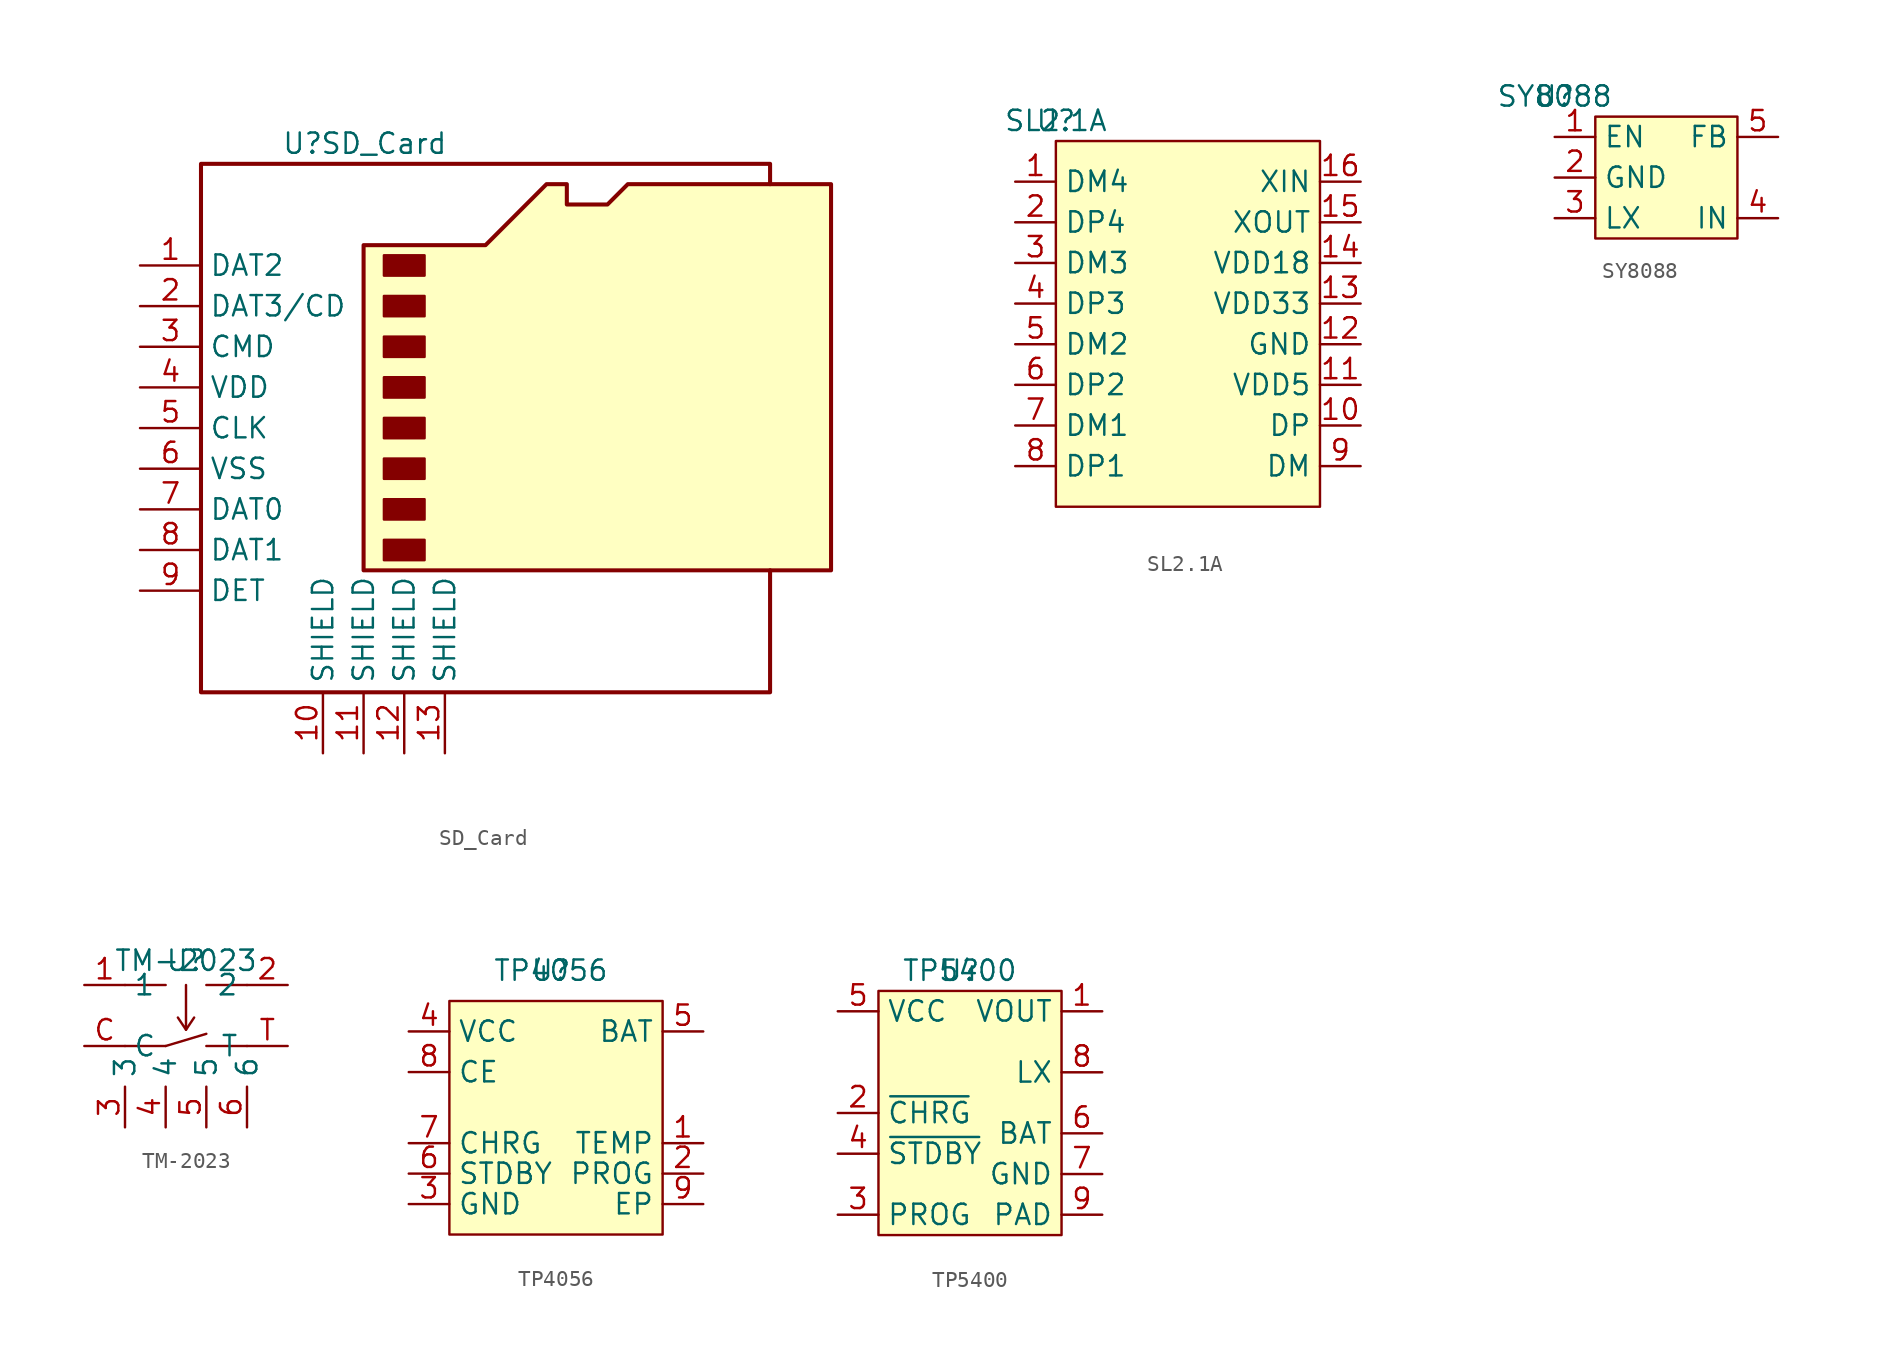
<source format=kicad_sym>
(kicad_symbol_lib
  (version 20211014)
  (generator kicad_symbol_editor)
  (symbol "SD_Card"
    (property "Reference" "U"
      (at 6.35 1.27 0)
      (effects (font (size 1.27 1.27))))
    (property "Value" "SD_Card"
      (at 11.43 1.27 0)
      (effects (font (size 1.27 1.27))))
    (symbol "SD_Card_0_1"
      (polyline (pts (xy 35.56 -1.27) (xy 35.56 0) (xy 0 0) (xy 0 -33.02) (xy 35.56 -33.02) (xy 35.56 -25.4)) (stroke (width 0.254) (type default) (color 0 0 0 0)) (fill (type none)))
      (polyline (pts (xy 10.16 -25.4) (xy 10.16 -5.08) (xy 17.78 -5.08) (xy 21.59 -1.27) (xy 22.86 -1.27) (xy 22.86 -2.54) (xy 25.4 -2.54) (xy 26.67 -1.27) (xy 39.37 -1.27) (xy 39.37 -25.4) (xy 10.16 -25.4)) (stroke (width 0.254) (type default) (color 0 0 0 0)) (fill (type background)))
      (rectangle (start 11.43 -23.495) (end 13.97 -24.765) (stroke (width 0) (type default) (color 0 0 0 0)) (fill (type outline)))
      (rectangle (start 11.43 -20.955) (end 13.97 -22.225) (stroke (width 0) (type default) (color 0 0 0 0)) (fill (type outline)))
      (rectangle (start 11.43 -18.415) (end 13.97 -19.685) (stroke (width 0) (type default) (color 0 0 0 0)) (fill (type outline)))
      (rectangle (start 11.43 -15.875) (end 13.97 -17.145) (stroke (width 0) (type default) (color 0 0 0 0)) (fill (type outline)))
      (rectangle (start 11.43 -13.335) (end 13.97 -14.605) (stroke (width 0) (type default) (color 0 0 0 0)) (fill (type outline)))
      (rectangle (start 11.43 -10.795) (end 13.97 -12.065) (stroke (width 0) (type default) (color 0 0 0 0)) (fill (type outline)))
      (rectangle (start 11.43 -8.255) (end 13.97 -9.525) (stroke (width 0) (type default) (color 0 0 0 0)) (fill (type outline)))
      (rectangle (start 11.43 -5.715) (end 13.97 -6.985) (stroke (width 0) (type default) (color 0 0 0 0)) (fill (type outline))))
    (symbol "SD_Card_1_1"
      (pin bidirectional line (at -3.81 -6.35 0) (length 3.81) (name "DAT2" (effects (font (size 1.27 1.27)))) (number "1" (effects (font (size 1.27 1.27)))))
      (pin passive line (at 7.62 -36.83 90) (length 3.81) (name "SHIELD" (effects (font (size 1.27 1.27)))) (number "10" (effects (font (size 1.27 1.27)))))
      (pin passive line (at 10.16 -36.83 90) (length 3.81) (name "SHIELD" (effects (font (size 1.27 1.27)))) (number "11" (effects (font (size 1.27 1.27)))))
      (pin passive line (at 12.7 -36.83 90) (length 3.81) (name "SHIELD" (effects (font (size 1.27 1.27)))) (number "12" (effects (font (size 1.27 1.27)))))
      (pin passive line (at 15.24 -36.83 90) (length 3.81) (name "SHIELD" (effects (font (size 1.27 1.27)))) (number "13" (effects (font (size 1.27 1.27)))))
      (pin bidirectional line (at -3.81 -8.89 0) (length 3.81) (name "DAT3/CD" (effects (font (size 1.27 1.27)))) (number "2" (effects (font (size 1.27 1.27)))))
      (pin input line (at -3.81 -11.43 0) (length 3.81) (name "CMD" (effects (font (size 1.27 1.27)))) (number "3" (effects (font (size 1.27 1.27)))))
      (pin power_in line (at -3.81 -13.97 0) (length 3.81) (name "VDD" (effects (font (size 1.27 1.27)))) (number "4" (effects (font (size 1.27 1.27)))))
      (pin input line (at -3.81 -16.51 0) (length 3.81) (name "CLK" (effects (font (size 1.27 1.27)))) (number "5" (effects (font (size 1.27 1.27)))))
      (pin power_in line (at -3.81 -19.05 0) (length 3.81) (name "VSS" (effects (font (size 1.27 1.27)))) (number "6" (effects (font (size 1.27 1.27)))))
      (pin bidirectional line (at -3.81 -21.59 0) (length 3.81) (name "DAT0" (effects (font (size 1.27 1.27)))) (number "7" (effects (font (size 1.27 1.27)))))
      (pin bidirectional line (at -3.81 -24.13 0) (length 3.81) (name "DAT1" (effects (font (size 1.27 1.27)))) (number "8" (effects (font (size 1.27 1.27)))))
      (pin passive line (at -3.81 -26.67 0) (length 3.81) (name "DET" (effects (font (size 1.27 1.27)))) (number "9" (effects (font (size 1.27 1.27)))))))
  (symbol "SL2.1A"
    (property "Reference" "U"
      (at 0 0 0)
      (effects (font (size 1.27 1.27))))
    (property "Value" "SL2.1A"
      (at 0 0 0)
      (effects (font (size 1.27 1.27))))
    (symbol "SL2.1A_0_1"
      (rectangle (start 0 -1.27) (end 16.51 -24.13) (stroke (width 0.152) (type default) (color 0 0 0 0)) (fill (type background))))
    (symbol "SL2.1A_1_1"
      (pin input line (at -2.54 -3.81 0) (length 2.54) (name "DM4" (effects (font (size 1.27 1.27)))) (number "1" (effects (font (size 1.27 1.27)))))
      (pin input line (at 19.05 -19.05 180) (length 2.54) (name "DP" (effects (font (size 1.27 1.27)))) (number "10" (effects (font (size 1.27 1.27)))))
      (pin input line (at 19.05 -16.51 180) (length 2.54) (name "VDD5" (effects (font (size 1.27 1.27)))) (number "11" (effects (font (size 1.27 1.27)))))
      (pin input line (at 19.05 -13.97 180) (length 2.54) (name "GND" (effects (font (size 1.27 1.27)))) (number "12" (effects (font (size 1.27 1.27)))))
      (pin input line (at 19.05 -11.43 180) (length 2.54) (name "VDD33" (effects (font (size 1.27 1.27)))) (number "13" (effects (font (size 1.27 1.27)))))
      (pin input line (at 19.05 -8.89 180) (length 2.54) (name "VDD18" (effects (font (size 1.27 1.27)))) (number "14" (effects (font (size 1.27 1.27)))))
      (pin input line (at 19.05 -6.35 180) (length 2.54) (name "XOUT" (effects (font (size 1.27 1.27)))) (number "15" (effects (font (size 1.27 1.27)))))
      (pin input line (at 19.05 -3.81 180) (length 2.54) (name "XIN" (effects (font (size 1.27 1.27)))) (number "16" (effects (font (size 1.27 1.27)))))
      (pin input line (at -2.54 -6.35 0) (length 2.54) (name "DP4" (effects (font (size 1.27 1.27)))) (number "2" (effects (font (size 1.27 1.27)))))
      (pin input line (at -2.54 -8.89 0) (length 2.54) (name "DM3" (effects (font (size 1.27 1.27)))) (number "3" (effects (font (size 1.27 1.27)))))
      (pin input line (at -2.54 -11.43 0) (length 2.54) (name "DP3" (effects (font (size 1.27 1.27)))) (number "4" (effects (font (size 1.27 1.27)))))
      (pin input line (at -2.54 -13.97 0) (length 2.54) (name "DM2" (effects (font (size 1.27 1.27)))) (number "5" (effects (font (size 1.27 1.27)))))
      (pin input line (at -2.54 -16.51 0) (length 2.54) (name "DP2" (effects (font (size 1.27 1.27)))) (number "6" (effects (font (size 1.27 1.27)))))
      (pin input line (at -2.54 -19.05 0) (length 2.54) (name "DM1" (effects (font (size 1.27 1.27)))) (number "7" (effects (font (size 1.27 1.27)))))
      (pin input line (at -2.54 -21.59 0) (length 2.54) (name "DP1" (effects (font (size 1.27 1.27)))) (number "8" (effects (font (size 1.27 1.27)))))
      (pin input line (at 19.05 -21.59 180) (length 2.54) (name "DM" (effects (font (size 1.27 1.27)))) (number "9" (effects (font (size 1.27 1.27)))))))
  (symbol "SY8088"
    (property "Reference" "U"
      (at 0 0 0)
      (effects (font (size 1.27 1.27))))
    (property "Value" "SY8088"
      (at 0 0 0)
      (effects (font (size 1.27 1.27))))
    (symbol "SY8088_0_1"
      (rectangle (start 2.54 -1.27) (end 11.43 -8.89) (stroke (width 0.152) (type default) (color 0 0 0 0)) (fill (type background))))
    (symbol "SY8088_1_0"
      (pin passive line (at 0 -2.54 0) (length 2.54) (name "EN" (effects (font (size 1.27 1.27)))) (number "1" (effects (font (size 1.27 1.27)))))
      (pin passive line (at 0 -5.08 0) (length 2.54) (name "GND" (effects (font (size 1.27 1.27)))) (number "2" (effects (font (size 1.27 1.27)))))
      (pin passive line (at 0 -7.62 0) (length 2.54) (name "LX" (effects (font (size 1.27 1.27)))) (number "3" (effects (font (size 1.27 1.27)))))
      (pin passive line (at 13.97 -7.62 180) (length 2.54) (name "IN" (effects (font (size 1.27 1.27)))) (number "4" (effects (font (size 1.27 1.27)))))
      (pin passive line (at 13.97 -2.54 180) (length 2.54) (name "FB" (effects (font (size 1.27 1.27)))) (number "5" (effects (font (size 1.27 1.27)))))))
  (symbol "TM-2023"
    (property "Reference" "U"
      (at 0 0 0)
      (effects (font (size 1.27 1.27))))
    (property "Value" "TM-2023"
      (at 0 0 0)
      (effects (font (size 1.27 1.27))))
    (symbol "TM-2023_0_1"
      (polyline (pts (xy -3.81 -5.334) (xy -1.27 -5.334)) (stroke (width 0.152) (type default) (color 0 0 0 0)) (fill (type none)))
      (polyline (pts (xy -3.81 -1.524) (xy -1.27 -1.524)) (stroke (width 0.152) (type default) (color 0 0 0 0)) (fill (type none)))
      (polyline (pts (xy -1.27 -5.334) (xy 1.27 -4.572)) (stroke (width 0.152) (type default) (color 0 0 0 0)) (fill (type none)))
      (polyline (pts (xy 0 -4.318) (xy 0.508 -3.556)) (stroke (width 0.152) (type default) (color 0 0 0 0)) (fill (type none)))
      (polyline (pts (xy 3.81 -5.334) (xy 1.27 -5.334)) (stroke (width 0.152) (type default) (color 0 0 0 0)) (fill (type none)))
      (polyline (pts (xy 3.81 -1.524) (xy 1.27 -1.524)) (stroke (width 0.152) (type default) (color 0 0 0 0)) (fill (type none)))
      (polyline (pts (xy 0 -1.524) (xy 0 -4.318) (xy -0.508 -3.556)) (stroke (width 0.152) (type default) (color 0 0 0 0)) (fill (type none))))
    (symbol "TM-2023_1_1"
      (pin free line (at -6.35 -1.524 0) (length 2.54) (name "1" (effects (font (size 1.27 1.27)))) (number "1" (effects (font (size 1.27 1.27)))))
      (pin free line (at 6.35 -1.524 180) (length 2.54) (name "2" (effects (font (size 1.27 1.27)))) (number "2" (effects (font (size 1.27 1.27)))))
      (pin free line (at -3.81 -10.414 90) (length 2.54) (name "3" (effects (font (size 1.27 1.27)))) (number "3" (effects (font (size 1.27 1.27)))))
      (pin free line (at -1.27 -10.414 90) (length 2.54) (name "4" (effects (font (size 1.27 1.27)))) (number "4" (effects (font (size 1.27 1.27)))))
      (pin free line (at 1.27 -10.414 90) (length 2.54) (name "5" (effects (font (size 1.27 1.27)))) (number "5" (effects (font (size 1.27 1.27)))))
      (pin free line (at 3.81 -10.414 90) (length 2.54) (name "6" (effects (font (size 1.27 1.27)))) (number "6" (effects (font (size 1.27 1.27)))))
      (pin free line (at -6.35 -5.334 0) (length 2.54) (name "C" (effects (font (size 1.27 1.27)))) (number "C" (effects (font (size 1.27 1.27)))))
      (pin free line (at 6.35 -5.334 180) (length 2.54) (name "T" (effects (font (size 1.27 1.27)))) (number "T" (effects (font (size 1.27 1.27)))))))
  (symbol "TP4056"
    (property "Reference" "U"
      (at 0 0 0)
      (effects (font (size 1.27 1.27))))
    (property "Value" "TP4056"
      (at 0 0 0)
      (effects (font (size 1.27 1.27))))
    (symbol "TP4056_0_1"
      (rectangle (start -6.35 -1.905) (end 6.985 -16.51) (stroke (width 0.152) (type default) (color 0 0 0 0)) (fill (type background))))
    (symbol "TP4056_1_1"
      (pin input line (at 9.525 -10.795 180) (length 2.54) (name "TEMP" (effects (font (size 1.27 1.27)))) (number "1" (effects (font (size 1.27 1.27)))))
      (pin input line (at 9.525 -12.7 180) (length 2.54) (name "PROG" (effects (font (size 1.27 1.27)))) (number "2" (effects (font (size 1.27 1.27)))))
      (pin input line (at -8.89 -14.605 0) (length 2.54) (name "GND" (effects (font (size 1.27 1.27)))) (number "3" (effects (font (size 1.27 1.27)))))
      (pin input line (at -8.89 -3.81 0) (length 2.54) (name "VCC" (effects (font (size 1.27 1.27)))) (number "4" (effects (font (size 1.27 1.27)))))
      (pin input line (at 9.525 -3.81 180) (length 2.54) (name "BAT" (effects (font (size 1.27 1.27)))) (number "5" (effects (font (size 1.27 1.27)))))
      (pin input line (at -8.89 -12.7 0) (length 2.54) (name "STDBY" (effects (font (size 1.27 1.27)))) (number "6" (effects (font (size 1.27 1.27)))))
      (pin input line (at -8.89 -10.795 0) (length 2.54) (name "CHRG" (effects (font (size 1.27 1.27)))) (number "7" (effects (font (size 1.27 1.27)))))
      (pin input line (at -8.89 -6.35 0) (length 2.54) (name "CE" (effects (font (size 1.27 1.27)))) (number "8" (effects (font (size 1.27 1.27)))))
      (pin input line (at 9.525 -14.605 180) (length 2.54) (name "EP" (effects (font (size 1.27 1.27)))) (number "9" (effects (font (size 1.27 1.27)))))))
  (symbol "TP5400"
    (property "Reference" "U"
      (at 0 0 0)
      (effects (font (size 1.27 1.27))))
    (property "Value" "TP5400"
      (at 0 0 0)
      (effects (font (size 1.27 1.27))))
    (symbol "TP5400_0_1"
      (rectangle (start -5.08 -1.27) (end 6.35 -16.51) (stroke (width 0.152) (type default) (color 0 0 0 0)) (fill (type background))))
    (symbol "TP5400_1_1"
      (pin passive line (at 8.89 -2.54 180) (length 2.54) (name "VOUT" (effects (font (size 1.27 1.27)))) (number "1" (effects (font (size 1.27 1.27)))))
      (pin passive line (at -7.62 -8.89 0) (length 2.54) (name "~{CHRG}" (effects (font (size 1.27 1.27)))) (number "2" (effects (font (size 1.27 1.27)))))
      (pin passive line (at -7.62 -15.24 0) (length 2.54) (name "PROG" (effects (font (size 1.27 1.27)))) (number "3" (effects (font (size 1.27 1.27)))))
      (pin passive line (at -7.62 -11.43 0) (length 2.54) (name "~{STDBY}" (effects (font (size 1.27 1.27)))) (number "4" (effects (font (size 1.27 1.27)))))
      (pin passive line (at -7.62 -2.54 0) (length 2.54) (name "VCC" (effects (font (size 1.27 1.27)))) (number "5" (effects (font (size 1.27 1.27)))))
      (pin passive line (at 8.89 -10.16 180) (length 2.54) (name "BAT" (effects (font (size 1.27 1.27)))) (number "6" (effects (font (size 1.27 1.27)))))
      (pin passive line (at 8.89 -12.7 180) (length 2.54) (name "GND" (effects (font (size 1.27 1.27)))) (number "7" (effects (font (size 1.27 1.27)))))
      (pin passive line (at 8.89 -6.35 180) (length 2.54) (name "LX" (effects (font (size 1.27 1.27)))) (number "8" (effects (font (size 1.27 1.27)))))
      (pin passive line (at 8.89 -15.24 180) (length 2.54) (name "PAD" (effects (font (size 1.27 1.27)))) (number "9" (effects (font (size 1.27 1.27))))))))
</source>
